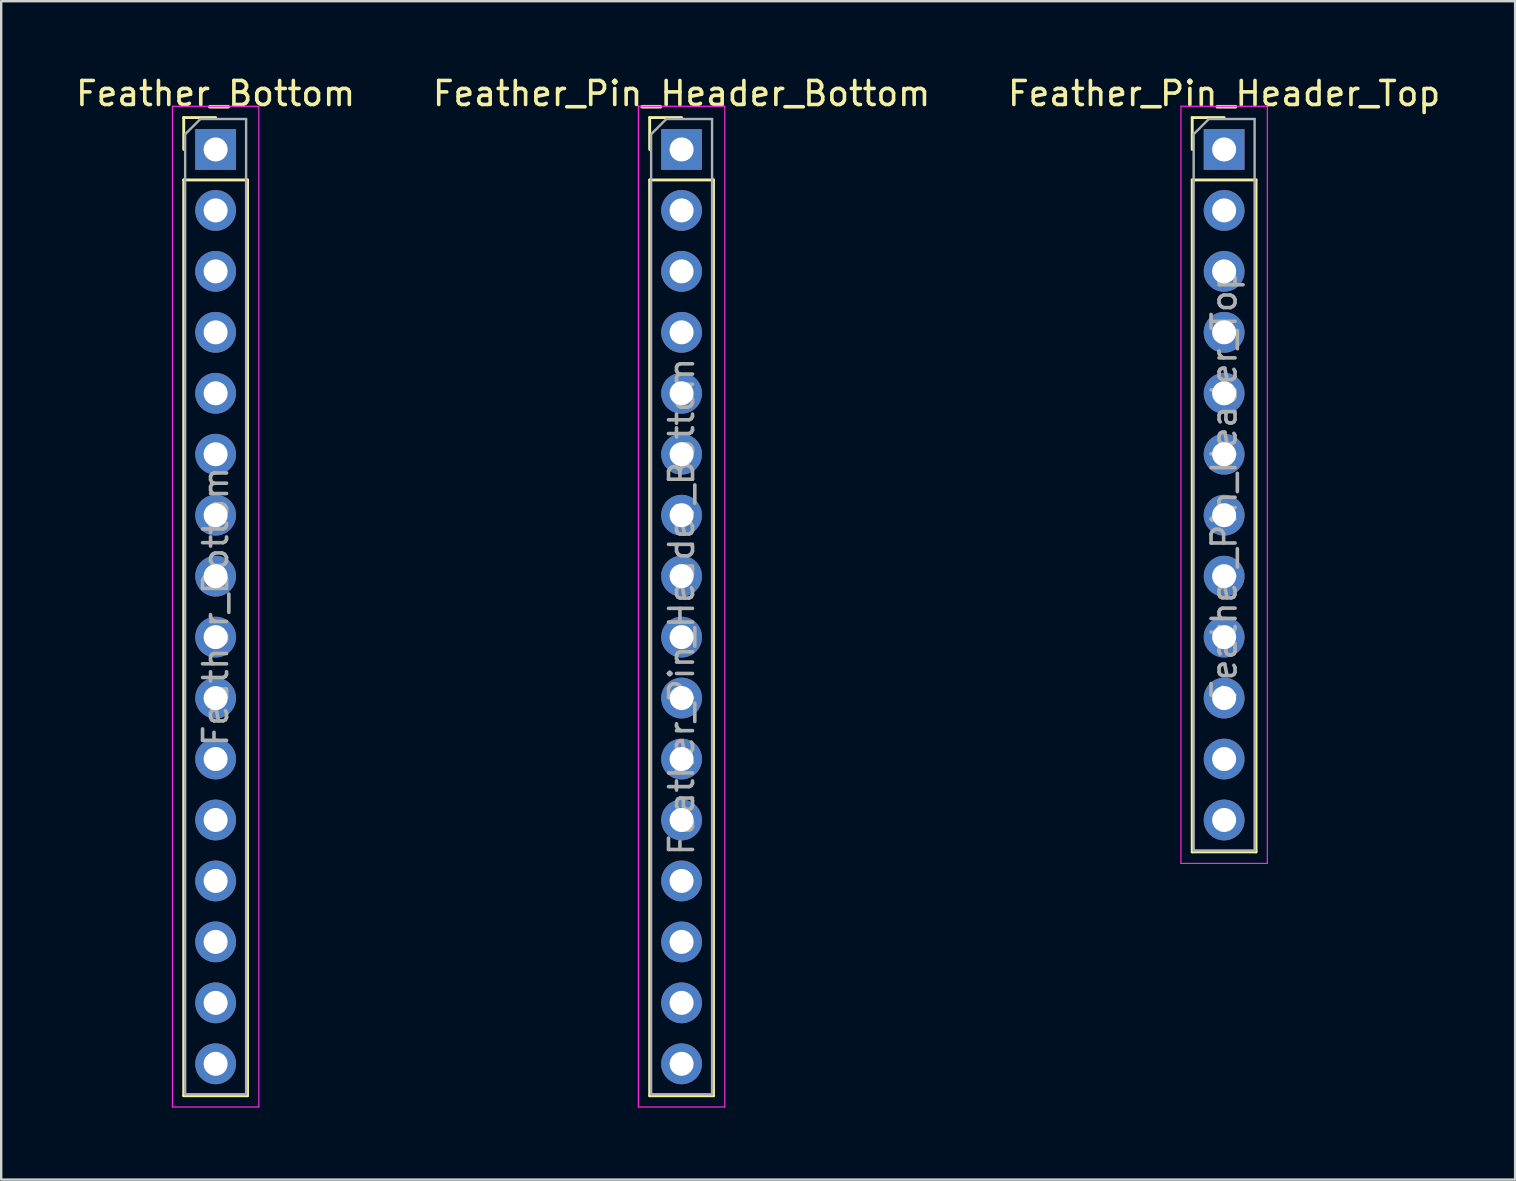
<source format=kicad_pcb>
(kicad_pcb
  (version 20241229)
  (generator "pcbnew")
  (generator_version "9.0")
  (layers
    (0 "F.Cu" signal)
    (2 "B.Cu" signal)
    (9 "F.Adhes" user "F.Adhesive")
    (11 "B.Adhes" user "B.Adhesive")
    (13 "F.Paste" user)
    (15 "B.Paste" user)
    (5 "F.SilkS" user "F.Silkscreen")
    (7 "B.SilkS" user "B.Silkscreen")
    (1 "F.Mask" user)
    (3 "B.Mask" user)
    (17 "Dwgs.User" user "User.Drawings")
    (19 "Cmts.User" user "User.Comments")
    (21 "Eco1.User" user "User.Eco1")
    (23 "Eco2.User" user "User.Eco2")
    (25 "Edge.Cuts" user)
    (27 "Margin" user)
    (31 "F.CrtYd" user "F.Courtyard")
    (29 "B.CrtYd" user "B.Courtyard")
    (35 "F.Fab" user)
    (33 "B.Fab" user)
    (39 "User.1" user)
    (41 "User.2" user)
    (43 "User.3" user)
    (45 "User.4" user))
  (footprint "Feather_Pin_Header_Bottom"
    (layer "F.Cu")
    (at 25.351 3.178)
    (property "Reference" "Feather_Pin_Header_Bottom" (at 0 -2.33 0) (layer "F.SilkS") (effects (font (size 1 1) (thickness 0.15))))
    (attr through_hole)
    (fp_line (start -1.33 -1.33) (end 0 -1.33) (stroke (width 0.12) (type solid)) (layer "F.SilkS"))
    (fp_line (start -1.33 0) (end -1.33 -1.33) (stroke (width 0.12) (type solid)) (layer "F.SilkS"))
    (fp_line (start -1.33 1.27) (end -1.33 39.43) (stroke (width 0.12) (type solid)) (layer "F.SilkS"))
    (fp_line (start -1.33 1.27) (end 1.33 1.27) (stroke (width 0.12) (type solid)) (layer "F.SilkS"))
    (fp_line (start -1.33 39.43) (end 1.33 39.43) (stroke (width 0.12) (type solid)) (layer "F.SilkS"))
    (fp_line (start 1.33 1.27) (end 1.33 39.43) (stroke (width 0.12) (type solid)) (layer "F.SilkS"))
    (fp_line (start -1.8 -1.8) (end -1.8 39.9) (stroke (width 0.05) (type solid)) (layer "F.CrtYd"))
    (fp_line (start -1.8 39.9) (end 1.8 39.9) (stroke (width 0.05) (type solid)) (layer "F.CrtYd"))
    (fp_line (start 1.8 -1.8) (end -1.8 -1.8) (stroke (width 0.05) (type solid)) (layer "F.CrtYd"))
    (fp_line (start 1.8 39.9) (end 1.8 -1.8) (stroke (width 0.05) (type solid)) (layer "F.CrtYd"))
    (fp_line (start -1.27 -0.635) (end -0.635 -1.27) (stroke (width 0.1) (type solid)) (layer "F.Fab"))
    (fp_line (start -1.27 39.37) (end -1.27 -0.635) (stroke (width 0.1) (type solid)) (layer "F.Fab"))
    (fp_line (start -0.635 -1.27) (end 1.27 -1.27) (stroke (width 0.1) (type solid)) (layer "F.Fab"))
    (fp_line (start 1.27 -1.27) (end 1.27 39.37) (stroke (width 0.1) (type solid)) (layer "F.Fab"))
    (fp_line (start 1.27 39.37) (end -1.27 39.37) (stroke (width 0.1) (type solid)) (layer "F.Fab"))
    (fp_text user "${REFERENCE}" (at 0 19.05 90) (layer "F.Fab") (effects (font (size 1 1) (thickness 0.15))))
    (pad "3V3" thru_hole oval (at 0 2.54) (size 1.7 1.7) (drill 1) (layers "*.Cu" "*.Mask"))
    (pad "A0" thru_hole oval (at 0 10.16) (size 1.7 1.7) (drill 1) (layers "*.Cu" "*.Mask"))
    (pad "A1" thru_hole oval (at 0 12.7) (size 1.7 1.7) (drill 1) (layers "*.Cu" "*.Mask"))
    (pad "A2" thru_hole oval (at 0 15.24) (size 1.7 1.7) (drill 1) (layers "*.Cu" "*.Mask"))
    (pad "A3" thru_hole oval (at 0 17.78) (size 1.7 1.7) (drill 1) (layers "*.Cu" "*.Mask"))
    (pad "A4" thru_hole oval (at 0 20.32) (size 1.7 1.7) (drill 1) (layers "*.Cu" "*.Mask"))
    (pad "A5" thru_hole oval (at 0 22.86) (size 1.7 1.7) (drill 1) (layers "*.Cu" "*.Mask"))
    (pad "AREF" thru_hole oval (at 0 5.08) (size 1.7 1.7) (drill 1) (layers "*.Cu" "*.Mask"))
    (pad "FREE" thru_hole oval (at 0 38.1) (size 1.7 1.7) (drill 1) (layers "*.Cu" "*.Mask"))
    (pad "GND" thru_hole oval (at 0 7.62) (size 1.7 1.7) (drill 1) (layers "*.Cu" "*.Mask"))
    (pad "MISO" thru_hole oval (at 0 30.48) (size 1.7 1.7) (drill 1) (layers "*.Cu" "*.Mask"))
    (pad "MOSI" thru_hole oval (at 0 27.94) (size 1.7 1.7) (drill 1) (layers "*.Cu" "*.Mask"))
    (pad "RST" thru_hole rect (at 0 0) (size 1.7 1.7) (drill 1) (layers "*.Cu" "*.Mask"))
    (pad "RXD1" thru_hole oval (at 0 33.02) (size 1.7 1.7) (drill 1) (layers "*.Cu" "*.Mask"))
    (pad "SCLK" thru_hole oval (at 0 25.4) (size 1.7 1.7) (drill 1) (layers "*.Cu" "*.Mask"))
    (pad "TXD1" thru_hole oval (at 0 35.56) (size 1.7 1.7) (drill 1) (layers "*.Cu" "*.Mask")))
  (footprint "Feather_Pin_Header_Top"
    (layer "F.Cu")
    (at 47.958 3.178)
    (property "Reference" "Feather_Pin_Header_Top" (at 0 -2.33 0) (layer "F.SilkS") (effects (font (size 1 1) (thickness 0.15))))
    (attr through_hole)
    (fp_line (start -1.33 -1.33) (end 0 -1.33) (stroke (width 0.12) (type solid)) (layer "F.SilkS"))
    (fp_line (start -1.33 0) (end -1.33 -1.33) (stroke (width 0.12) (type solid)) (layer "F.SilkS"))
    (fp_line (start -1.33 1.27) (end -1.33 29.27) (stroke (width 0.12) (type solid)) (layer "F.SilkS"))
    (fp_line (start -1.33 1.27) (end 1.33 1.27) (stroke (width 0.12) (type solid)) (layer "F.SilkS"))
    (fp_line (start -1.33 29.27) (end 1.33 29.27) (stroke (width 0.12) (type solid)) (layer "F.SilkS"))
    (fp_line (start 1.33 1.27) (end 1.33 29.27) (stroke (width 0.12) (type solid)) (layer "F.SilkS"))
    (fp_line (start -1.8 -1.8) (end -1.8 29.75) (stroke (width 0.05) (type solid)) (layer "F.CrtYd"))
    (fp_line (start -1.8 29.75) (end 1.8 29.75) (stroke (width 0.05) (type solid)) (layer "F.CrtYd"))
    (fp_line (start 1.8 -1.8) (end -1.8 -1.8) (stroke (width 0.05) (type solid)) (layer "F.CrtYd"))
    (fp_line (start 1.8 29.75) (end 1.8 -1.8) (stroke (width 0.05) (type solid)) (layer "F.CrtYd"))
    (fp_line (start -1.27 -0.635) (end -0.635 -1.27) (stroke (width 0.1) (type solid)) (layer "F.Fab"))
    (fp_line (start -1.27 29.21) (end -1.27 -0.635) (stroke (width 0.1) (type solid)) (layer "F.Fab"))
    (fp_line (start -0.635 -1.27) (end 1.27 -1.27) (stroke (width 0.1) (type solid)) (layer "F.Fab"))
    (fp_line (start 1.27 -1.27) (end 1.27 29.21) (stroke (width 0.1) (type solid)) (layer "F.Fab"))
    (fp_line (start 1.27 29.21) (end -1.27 29.21) (stroke (width 0.1) (type solid)) (layer "F.Fab"))
    (fp_text user "${REFERENCE}" (at 0 13.97 90) (layer "F.Fab") (effects (font (size 1 1) (thickness 0.15))))
    (pad "07" thru_hole oval (at 0 12.7) (size 1.7 1.7) (drill 1) (layers "*.Cu" "*.Mask"))
    (pad "11" thru_hole oval (at 0 15.24) (size 1.7 1.7) (drill 1) (layers "*.Cu" "*.Mask"))
    (pad "15" thru_hole oval (at 0 10.16) (size 1.7 1.7) (drill 1) (layers "*.Cu" "*.Mask"))
    (pad "16" thru_hole oval (at 0 7.62) (size 1.7 1.7) (drill 1) (layers "*.Cu" "*.Mask"))
    (pad "27" thru_hole oval (at 0 22.86) (size 1.7 1.7) (drill 1) (layers "*.Cu" "*.Mask"))
    (pad "30" thru_hole oval (at 0 20.32) (size 1.7 1.7) (drill 1) (layers "*.Cu" "*.Mask"))
    (pad "31*" thru_hole oval (at 0 17.78) (size 1.7 1.7) (drill 1) (layers "*.Cu" "*.Mask"))
    (pad "BAT" thru_hole rect (at 0 0) (size 1.7 1.7) (drill 1) (layers "*.Cu" "*.Mask"))
    (pad "EN" thru_hole oval (at 0 2.54) (size 1.7 1.7) (drill 1) (layers "*.Cu" "*.Mask"))
    (pad "SCL" thru_hole oval (at 0 25.4) (size 1.7 1.7) (drill 1) (layers "*.Cu" "*.Mask"))
    (pad "SDA" thru_hole oval (at 0 27.94) (size 1.7 1.7) (drill 1) (layers "*.Cu" "*.Mask"))
    (pad "USB" thru_hole oval (at 0 5.08) (size 1.7 1.7) (drill 1) (layers "*.Cu" "*.Mask")))
  (footprint "Feather_Bottom"
    (layer "F.Cu")
    (at 5.935 3.178)
    (property "Reference" "Feather_Bottom" (at 0 -2.33 0) (layer "F.SilkS") (effects (font (size 1 1) (thickness 0.15))))
    (attr through_hole)
    (fp_line (start -1.33 -1.33) (end 0 -1.33) (stroke (width 0.12) (type solid)) (layer "F.SilkS"))
    (fp_line (start -1.33 0) (end -1.33 -1.33) (stroke (width 0.12) (type solid)) (layer "F.SilkS"))
    (fp_line (start -1.33 1.27) (end -1.33 39.43) (stroke (width 0.12) (type solid)) (layer "F.SilkS"))
    (fp_line (start -1.33 1.27) (end 1.33 1.27) (stroke (width 0.12) (type solid)) (layer "F.SilkS"))
    (fp_line (start -1.33 39.43) (end 1.33 39.43) (stroke (width 0.12) (type solid)) (layer "F.SilkS"))
    (fp_line (start 1.33 1.27) (end 1.33 39.43) (stroke (width 0.12) (type solid)) (layer "F.SilkS"))
    (fp_line (start -1.8 -1.8) (end -1.8 39.9) (stroke (width 0.05) (type solid)) (layer "F.CrtYd"))
    (fp_line (start -1.8 39.9) (end 1.8 39.9) (stroke (width 0.05) (type solid)) (layer "F.CrtYd"))
    (fp_line (start 1.8 -1.8) (end -1.8 -1.8) (stroke (width 0.05) (type solid)) (layer "F.CrtYd"))
    (fp_line (start 1.8 39.9) (end 1.8 -1.8) (stroke (width 0.05) (type solid)) (layer "F.CrtYd"))
    (fp_line (start -1.27 -0.635) (end -0.635 -1.27) (stroke (width 0.1) (type solid)) (layer "F.Fab"))
    (fp_line (start -1.27 39.37) (end -1.27 -0.635) (stroke (width 0.1) (type solid)) (layer "F.Fab"))
    (fp_line (start -0.635 -1.27) (end 1.27 -1.27) (stroke (width 0.1) (type solid)) (layer "F.Fab"))
    (fp_line (start 1.27 -1.27) (end 1.27 39.37) (stroke (width 0.1) (type solid)) (layer "F.Fab"))
    (fp_line (start 1.27 39.37) (end -1.27 39.37) (stroke (width 0.1) (type solid)) (layer "F.Fab"))
    (fp_text user "${REFERENCE}" (at 0 19.05 90) (layer "F.Fab") (effects (font (size 1 1) (thickness 0.15))))
    (pad "3V3" thru_hole oval (at 0 2.54) (size 1.7 1.7) (drill 1) (layers "*.Cu" "*.Mask"))
    (pad "A0" thru_hole oval (at 0 10.16) (size 1.7 1.7) (drill 1) (layers "*.Cu" "*.Mask"))
    (pad "A1" thru_hole oval (at 0 12.7) (size 1.7 1.7) (drill 1) (layers "*.Cu" "*.Mask"))
    (pad "A2" thru_hole oval (at 0 15.24) (size 1.7 1.7) (drill 1) (layers "*.Cu" "*.Mask"))
    (pad "A3" thru_hole oval (at 0 17.78) (size 1.7 1.7) (drill 1) (layers "*.Cu" "*.Mask"))
    (pad "A4" thru_hole oval (at 0 20.32) (size 1.7 1.7) (drill 1) (layers "*.Cu" "*.Mask"))
    (pad "A5" thru_hole oval (at 0 22.86) (size 1.7 1.7) (drill 1) (layers "*.Cu" "*.Mask"))
    (pad "AREF" thru_hole oval (at 0 5.08) (size 1.7 1.7) (drill 1) (layers "*.Cu" "*.Mask"))
    (pad "FREE" thru_hole oval (at 0 38.1) (size 1.7 1.7) (drill 1) (layers "*.Cu" "*.Mask"))
    (pad "GND" thru_hole oval (at 0 7.62) (size 1.7 1.7) (drill 1) (layers "*.Cu" "*.Mask"))
    (pad "MISO" thru_hole oval (at 0 30.48) (size 1.7 1.7) (drill 1) (layers "*.Cu" "*.Mask"))
    (pad "MOSI" thru_hole oval (at 0 27.94) (size 1.7 1.7) (drill 1) (layers "*.Cu" "*.Mask"))
    (pad "RST" thru_hole rect (at 0 0) (size 1.7 1.7) (drill 1) (layers "*.Cu" "*.Mask"))
    (pad "RXD1" thru_hole oval (at 0 33.02) (size 1.7 1.7) (drill 1) (layers "*.Cu" "*.Mask"))
    (pad "SCLK" thru_hole oval (at 0 25.4) (size 1.7 1.7) (drill 1) (layers "*.Cu" "*.Mask"))
    (pad "TXD1" thru_hole oval (at 0 35.56) (size 1.7 1.7) (drill 1) (layers "*.Cu" "*.Mask")))
  (gr_rect
    (start -3 -3)
    (end 60.083 46.103)
    (stroke (width 0.1) (type default))
    (fill no)
    (layer "Edge.Cuts")))
</source>
